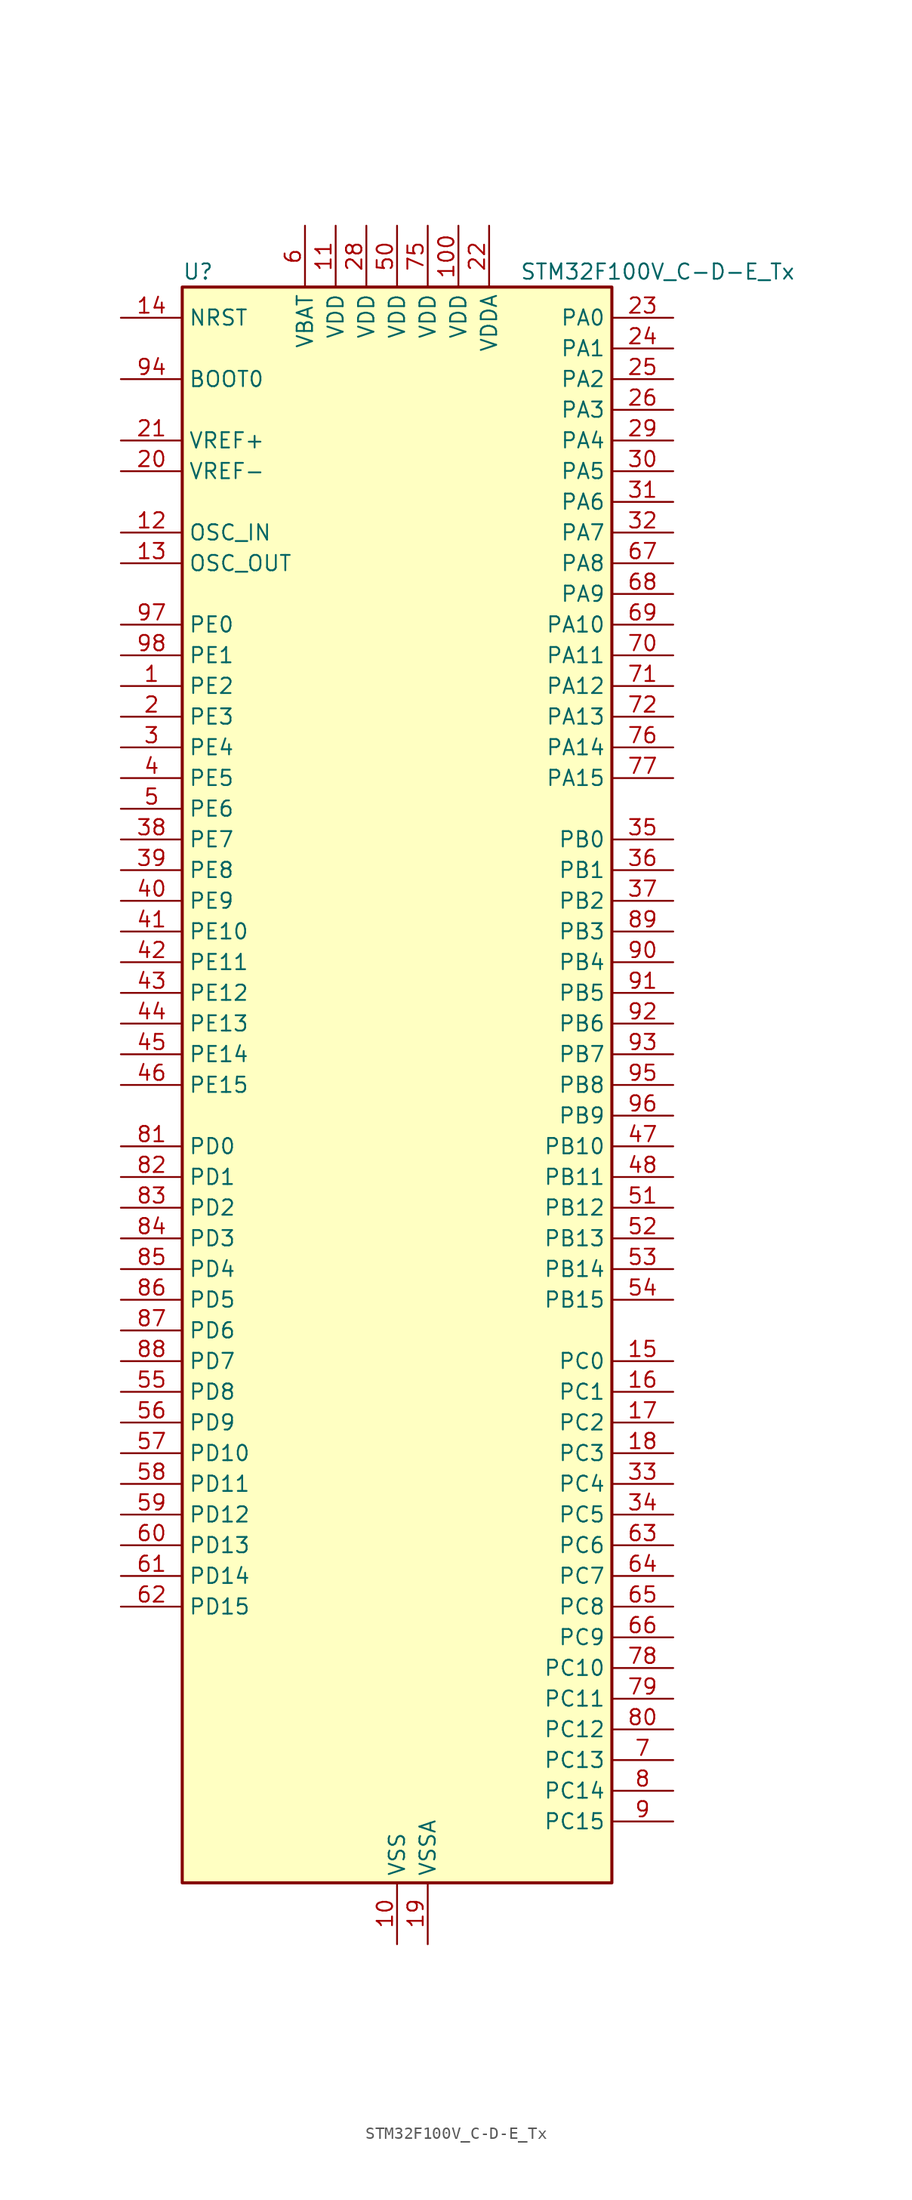
<source format=kicad_sym>
(kicad_symbol_lib
  (version 20220914)
  (generator kicad_symbol_editor)
  (symbol "STM32F100V_C-D-E_Tx"
    (property "Reference" "U"
      (at -17.78 67.31 0)
      (effects (font (size 1.27 1.27)) (justify left)))
    (property "Value" "STM32F100V_C-D-E_Tx"
      (at 10.16 67.31 0)
      (effects (font (size 1.27 1.27)) (justify left)))
    (property "ki_locked" ""
      (at 0 0 0)
      (effects (font (size 1.27 1.27))))
    (symbol "STM32F100V_C-D-E_Tx_0_1"
      (rectangle (start -17.78 -66.04) (end 17.78 66.04) (stroke (width 0.254) (type default)) (fill (type background))))
    (symbol "STM32F100V_C-D-E_Tx_1_1"
      (pin bidirectional line (at -22.86 33.02 0) (length 5.08) (name "PE2" (effects (font (size 1.27 1.27)))) (number "1" (effects (font (size 1.27 1.27)))) (alternate "FSMC_A23" bidirectional line) (alternate "SYS_TRACECLK" bidirectional line))
      (pin power_in line (at 0 -71.12 90) (length 5.08) (name "VSS" (effects (font (size 1.27 1.27)))) (number "10" (effects (font (size 1.27 1.27)))))
      (pin power_in line (at 5.08 71.12 270) (length 5.08) (name "VDD" (effects (font (size 1.27 1.27)))) (number "100" (effects (font (size 1.27 1.27)))))
      (pin power_in line (at -5.08 71.12 270) (length 5.08) (name "VDD" (effects (font (size 1.27 1.27)))) (number "11" (effects (font (size 1.27 1.27)))))
      (pin input line (at -22.86 45.72 0) (length 5.08) (name "OSC_IN" (effects (font (size 1.27 1.27)))) (number "12" (effects (font (size 1.27 1.27)))) (alternate "RCC_OSC_IN" bidirectional line))
      (pin input line (at -22.86 43.18 0) (length 5.08) (name "OSC_OUT" (effects (font (size 1.27 1.27)))) (number "13" (effects (font (size 1.27 1.27)))) (alternate "RCC_OSC_OUT" bidirectional line))
      (pin input line (at -22.86 63.5 0) (length 5.08) (name "NRST" (effects (font (size 1.27 1.27)))) (number "14" (effects (font (size 1.27 1.27)))))
      (pin bidirectional line (at 22.86 -22.86 180) (length 5.08) (name "PC0" (effects (font (size 1.27 1.27)))) (number "15" (effects (font (size 1.27 1.27)))) (alternate "ADC1_IN10" bidirectional line))
      (pin bidirectional line (at 22.86 -25.4 180) (length 5.08) (name "PC1" (effects (font (size 1.27 1.27)))) (number "16" (effects (font (size 1.27 1.27)))) (alternate "ADC1_IN11" bidirectional line))
      (pin bidirectional line (at 22.86 -27.94 180) (length 5.08) (name "PC2" (effects (font (size 1.27 1.27)))) (number "17" (effects (font (size 1.27 1.27)))) (alternate "ADC1_IN12" bidirectional line))
      (pin bidirectional line (at 22.86 -30.48 180) (length 5.08) (name "PC3" (effects (font (size 1.27 1.27)))) (number "18" (effects (font (size 1.27 1.27)))) (alternate "ADC1_IN13" bidirectional line))
      (pin power_in line (at 2.54 -71.12 90) (length 5.08) (name "VSSA" (effects (font (size 1.27 1.27)))) (number "19" (effects (font (size 1.27 1.27)))))
      (pin bidirectional line (at -22.86 30.48 0) (length 5.08) (name "PE3" (effects (font (size 1.27 1.27)))) (number "2" (effects (font (size 1.27 1.27)))) (alternate "FSMC_A19" bidirectional line) (alternate "SYS_TRACED0" bidirectional line))
      (pin input line (at -22.86 50.8 0) (length 5.08) (name "VREF-" (effects (font (size 1.27 1.27)))) (number "20" (effects (font (size 1.27 1.27)))))
      (pin input line (at -22.86 53.34 0) (length 5.08) (name "VREF+" (effects (font (size 1.27 1.27)))) (number "21" (effects (font (size 1.27 1.27)))))
      (pin power_in line (at 7.62 71.12 270) (length 5.08) (name "VDDA" (effects (font (size 1.27 1.27)))) (number "22" (effects (font (size 1.27 1.27)))))
      (pin bidirectional line (at 22.86 63.5 180) (length 5.08) (name "PA0" (effects (font (size 1.27 1.27)))) (number "23" (effects (font (size 1.27 1.27)))) (alternate "ADC1_IN0" bidirectional line) (alternate "SYS_WKUP" bidirectional line) (alternate "TIM2_CH1" bidirectional line) (alternate "TIM2_ETR" bidirectional line) (alternate "TIM5_CH1" bidirectional line) (alternate "USART2_CTS" bidirectional line))
      (pin bidirectional line (at 22.86 60.96 180) (length 5.08) (name "PA1" (effects (font (size 1.27 1.27)))) (number "24" (effects (font (size 1.27 1.27)))) (alternate "ADC1_IN1" bidirectional line) (alternate "TIM2_CH2" bidirectional line) (alternate "TIM5_CH2" bidirectional line) (alternate "USART2_RTS" bidirectional line))
      (pin bidirectional line (at 22.86 58.42 180) (length 5.08) (name "PA2" (effects (font (size 1.27 1.27)))) (number "25" (effects (font (size 1.27 1.27)))) (alternate "ADC1_IN2" bidirectional line) (alternate "TIM15_CH1" bidirectional line) (alternate "TIM2_CH3" bidirectional line) (alternate "TIM5_CH3" bidirectional line) (alternate "USART2_TX" bidirectional line))
      (pin bidirectional line (at 22.86 55.88 180) (length 5.08) (name "PA3" (effects (font (size 1.27 1.27)))) (number "26" (effects (font (size 1.27 1.27)))) (alternate "ADC1_IN3" bidirectional line) (alternate "TIM15_CH2" bidirectional line) (alternate "TIM2_CH4" bidirectional line) (alternate "TIM5_CH4" bidirectional line) (alternate "USART2_RX" bidirectional line))
      (pin passive line (at 0 -71.12 90) (length 5.08) hide (name "VSS" (effects (font (size 1.27 1.27)))) (number "27" (effects (font (size 1.27 1.27)))))
      (pin power_in line (at -2.54 71.12 270) (length 5.08) (name "VDD" (effects (font (size 1.27 1.27)))) (number "28" (effects (font (size 1.27 1.27)))))
      (pin bidirectional line (at 22.86 53.34 180) (length 5.08) (name "PA4" (effects (font (size 1.27 1.27)))) (number "29" (effects (font (size 1.27 1.27)))) (alternate "ADC1_IN4" bidirectional line) (alternate "DAC_OUT1" bidirectional line) (alternate "SPI1_NSS" bidirectional line) (alternate "USART2_CK" bidirectional line))
      (pin bidirectional line (at -22.86 27.94 0) (length 5.08) (name "PE4" (effects (font (size 1.27 1.27)))) (number "3" (effects (font (size 1.27 1.27)))) (alternate "FSMC_A20" bidirectional line) (alternate "SYS_TRACED1" bidirectional line))
      (pin bidirectional line (at 22.86 50.8 180) (length 5.08) (name "PA5" (effects (font (size 1.27 1.27)))) (number "30" (effects (font (size 1.27 1.27)))) (alternate "ADC1_IN5" bidirectional line) (alternate "DAC_OUT2" bidirectional line) (alternate "SPI1_SCK" bidirectional line))
      (pin bidirectional line (at 22.86 48.26 180) (length 5.08) (name "PA6" (effects (font (size 1.27 1.27)))) (number "31" (effects (font (size 1.27 1.27)))) (alternate "ADC1_IN6" bidirectional line) (alternate "SPI1_MISO" bidirectional line) (alternate "TIM16_CH1" bidirectional line) (alternate "TIM1_BKIN" bidirectional line) (alternate "TIM3_CH1" bidirectional line))
      (pin bidirectional line (at 22.86 45.72 180) (length 5.08) (name "PA7" (effects (font (size 1.27 1.27)))) (number "32" (effects (font (size 1.27 1.27)))) (alternate "ADC1_IN7" bidirectional line) (alternate "SPI1_MOSI" bidirectional line) (alternate "TIM17_CH1" bidirectional line) (alternate "TIM1_CH1N" bidirectional line) (alternate "TIM3_CH2" bidirectional line))
      (pin bidirectional line (at 22.86 -33.02 180) (length 5.08) (name "PC4" (effects (font (size 1.27 1.27)))) (number "33" (effects (font (size 1.27 1.27)))) (alternate "ADC1_IN14" bidirectional line) (alternate "TIM12_CH1" bidirectional line))
      (pin bidirectional line (at 22.86 -35.56 180) (length 5.08) (name "PC5" (effects (font (size 1.27 1.27)))) (number "34" (effects (font (size 1.27 1.27)))) (alternate "ADC1_IN15" bidirectional line) (alternate "TIM12_CH2" bidirectional line))
      (pin bidirectional line (at 22.86 20.32 180) (length 5.08) (name "PB0" (effects (font (size 1.27 1.27)))) (number "35" (effects (font (size 1.27 1.27)))) (alternate "ADC1_IN8" bidirectional line) (alternate "TIM13_CH1" bidirectional line) (alternate "TIM1_CH2N" bidirectional line) (alternate "TIM3_CH3" bidirectional line))
      (pin bidirectional line (at 22.86 17.78 180) (length 5.08) (name "PB1" (effects (font (size 1.27 1.27)))) (number "36" (effects (font (size 1.27 1.27)))) (alternate "ADC1_IN9" bidirectional line) (alternate "TIM14_CH1" bidirectional line) (alternate "TIM1_CH3N" bidirectional line) (alternate "TIM3_CH4" bidirectional line))
      (pin bidirectional line (at 22.86 15.24 180) (length 5.08) (name "PB2" (effects (font (size 1.27 1.27)))) (number "37" (effects (font (size 1.27 1.27)))))
      (pin bidirectional line (at -22.86 20.32 0) (length 5.08) (name "PE7" (effects (font (size 1.27 1.27)))) (number "38" (effects (font (size 1.27 1.27)))) (alternate "FSMC_D4" bidirectional line) (alternate "FSMC_DA4" bidirectional line) (alternate "TIM1_ETR" bidirectional line))
      (pin bidirectional line (at -22.86 17.78 0) (length 5.08) (name "PE8" (effects (font (size 1.27 1.27)))) (number "39" (effects (font (size 1.27 1.27)))) (alternate "FSMC_D5" bidirectional line) (alternate "FSMC_DA5" bidirectional line) (alternate "TIM1_CH1N" bidirectional line))
      (pin bidirectional line (at -22.86 25.4 0) (length 5.08) (name "PE5" (effects (font (size 1.27 1.27)))) (number "4" (effects (font (size 1.27 1.27)))) (alternate "FSMC_A21" bidirectional line) (alternate "SYS_TRACED2" bidirectional line))
      (pin bidirectional line (at -22.86 15.24 0) (length 5.08) (name "PE9" (effects (font (size 1.27 1.27)))) (number "40" (effects (font (size 1.27 1.27)))) (alternate "DAC_EXTI9" bidirectional line) (alternate "FSMC_D6" bidirectional line) (alternate "FSMC_DA6" bidirectional line) (alternate "TIM1_CH1" bidirectional line))
      (pin bidirectional line (at -22.86 12.7 0) (length 5.08) (name "PE10" (effects (font (size 1.27 1.27)))) (number "41" (effects (font (size 1.27 1.27)))) (alternate "FSMC_D7" bidirectional line) (alternate "FSMC_DA7" bidirectional line) (alternate "TIM1_CH2N" bidirectional line))
      (pin bidirectional line (at -22.86 10.16 0) (length 5.08) (name "PE11" (effects (font (size 1.27 1.27)))) (number "42" (effects (font (size 1.27 1.27)))) (alternate "ADC1_EXTI11" bidirectional line) (alternate "FSMC_D8" bidirectional line) (alternate "FSMC_DA8" bidirectional line) (alternate "TIM1_CH2" bidirectional line))
      (pin bidirectional line (at -22.86 7.62 0) (length 5.08) (name "PE12" (effects (font (size 1.27 1.27)))) (number "43" (effects (font (size 1.27 1.27)))) (alternate "FSMC_D9" bidirectional line) (alternate "FSMC_DA9" bidirectional line) (alternate "TIM1_CH3N" bidirectional line))
      (pin bidirectional line (at -22.86 5.08 0) (length 5.08) (name "PE13" (effects (font (size 1.27 1.27)))) (number "44" (effects (font (size 1.27 1.27)))) (alternate "FSMC_D10" bidirectional line) (alternate "FSMC_DA10" bidirectional line) (alternate "TIM1_CH3" bidirectional line))
      (pin bidirectional line (at -22.86 2.54 0) (length 5.08) (name "PE14" (effects (font (size 1.27 1.27)))) (number "45" (effects (font (size 1.27 1.27)))) (alternate "FSMC_D11" bidirectional line) (alternate "FSMC_DA11" bidirectional line) (alternate "TIM1_CH4" bidirectional line))
      (pin bidirectional line (at -22.86 0 0) (length 5.08) (name "PE15" (effects (font (size 1.27 1.27)))) (number "46" (effects (font (size 1.27 1.27)))) (alternate "ADC1_EXTI15" bidirectional line) (alternate "FSMC_D12" bidirectional line) (alternate "FSMC_DA12" bidirectional line) (alternate "TIM1_BKIN" bidirectional line))
      (pin bidirectional line (at 22.86 -5.08 180) (length 5.08) (name "PB10" (effects (font (size 1.27 1.27)))) (number "47" (effects (font (size 1.27 1.27)))) (alternate "CEC" bidirectional line) (alternate "I2C2_SCL" bidirectional line) (alternate "TIM2_CH3" bidirectional line) (alternate "USART3_TX" bidirectional line))
      (pin bidirectional line (at 22.86 -7.62 180) (length 5.08) (name "PB11" (effects (font (size 1.27 1.27)))) (number "48" (effects (font (size 1.27 1.27)))) (alternate "ADC1_EXTI11" bidirectional line) (alternate "I2C2_SDA" bidirectional line) (alternate "TIM2_CH4" bidirectional line) (alternate "USART3_RX" bidirectional line))
      (pin passive line (at 0 -71.12 90) (length 5.08) hide (name "VSS" (effects (font (size 1.27 1.27)))) (number "49" (effects (font (size 1.27 1.27)))))
      (pin bidirectional line (at -22.86 22.86 0) (length 5.08) (name "PE6" (effects (font (size 1.27 1.27)))) (number "5" (effects (font (size 1.27 1.27)))) (alternate "FSMC_A22" bidirectional line) (alternate "SYS_TRACED3" bidirectional line))
      (pin power_in line (at 0 71.12 270) (length 5.08) (name "VDD" (effects (font (size 1.27 1.27)))) (number "50" (effects (font (size 1.27 1.27)))))
      (pin bidirectional line (at 22.86 -10.16 180) (length 5.08) (name "PB12" (effects (font (size 1.27 1.27)))) (number "51" (effects (font (size 1.27 1.27)))) (alternate "I2C2_SMBA" bidirectional line) (alternate "SPI2_NSS" bidirectional line) (alternate "TIM12_CH1" bidirectional line) (alternate "TIM1_BKIN" bidirectional line) (alternate "USART3_CK" bidirectional line))
      (pin bidirectional line (at 22.86 -12.7 180) (length 5.08) (name "PB13" (effects (font (size 1.27 1.27)))) (number "52" (effects (font (size 1.27 1.27)))) (alternate "SPI2_SCK" bidirectional line) (alternate "TIM12_CH2" bidirectional line) (alternate "TIM1_CH1N" bidirectional line) (alternate "USART3_CTS" bidirectional line))
      (pin bidirectional line (at 22.86 -15.24 180) (length 5.08) (name "PB14" (effects (font (size 1.27 1.27)))) (number "53" (effects (font (size 1.27 1.27)))) (alternate "SPI2_MISO" bidirectional line) (alternate "TIM15_CH1" bidirectional line) (alternate "TIM1_CH2N" bidirectional line) (alternate "USART3_RTS" bidirectional line))
      (pin bidirectional line (at 22.86 -17.78 180) (length 5.08) (name "PB15" (effects (font (size 1.27 1.27)))) (number "54" (effects (font (size 1.27 1.27)))) (alternate "ADC1_EXTI15" bidirectional line) (alternate "SPI2_MOSI" bidirectional line) (alternate "TIM15_CH1N" bidirectional line) (alternate "TIM15_CH2" bidirectional line) (alternate "TIM1_CH3N" bidirectional line))
      (pin bidirectional line (at -22.86 -25.4 0) (length 5.08) (name "PD8" (effects (font (size 1.27 1.27)))) (number "55" (effects (font (size 1.27 1.27)))) (alternate "FSMC_D13" bidirectional line) (alternate "FSMC_DA13" bidirectional line) (alternate "USART3_TX" bidirectional line))
      (pin bidirectional line (at -22.86 -27.94 0) (length 5.08) (name "PD9" (effects (font (size 1.27 1.27)))) (number "56" (effects (font (size 1.27 1.27)))) (alternate "DAC_EXTI9" bidirectional line) (alternate "FSMC_D14" bidirectional line) (alternate "FSMC_DA14" bidirectional line) (alternate "USART3_RX" bidirectional line))
      (pin bidirectional line (at -22.86 -30.48 0) (length 5.08) (name "PD10" (effects (font (size 1.27 1.27)))) (number "57" (effects (font (size 1.27 1.27)))) (alternate "FSMC_D15" bidirectional line) (alternate "FSMC_DA15" bidirectional line) (alternate "USART3_CK" bidirectional line))
      (pin bidirectional line (at -22.86 -33.02 0) (length 5.08) (name "PD11" (effects (font (size 1.27 1.27)))) (number "58" (effects (font (size 1.27 1.27)))) (alternate "ADC1_EXTI11" bidirectional line) (alternate "FSMC_A16" bidirectional line) (alternate "USART3_CTS" bidirectional line))
      (pin bidirectional line (at -22.86 -35.56 0) (length 5.08) (name "PD12" (effects (font (size 1.27 1.27)))) (number "59" (effects (font (size 1.27 1.27)))) (alternate "FSMC_A17" bidirectional line) (alternate "TIM4_CH1" bidirectional line) (alternate "USART3_RTS" bidirectional line))
      (pin power_in line (at -7.62 71.12 270) (length 5.08) (name "VBAT" (effects (font (size 1.27 1.27)))) (number "6" (effects (font (size 1.27 1.27)))))
      (pin bidirectional line (at -22.86 -38.1 0) (length 5.08) (name "PD13" (effects (font (size 1.27 1.27)))) (number "60" (effects (font (size 1.27 1.27)))) (alternate "FSMC_A18" bidirectional line) (alternate "TIM4_CH2" bidirectional line))
      (pin bidirectional line (at -22.86 -40.64 0) (length 5.08) (name "PD14" (effects (font (size 1.27 1.27)))) (number "61" (effects (font (size 1.27 1.27)))) (alternate "FSMC_D0" bidirectional line) (alternate "FSMC_DA0" bidirectional line) (alternate "TIM4_CH3" bidirectional line))
      (pin bidirectional line (at -22.86 -43.18 0) (length 5.08) (name "PD15" (effects (font (size 1.27 1.27)))) (number "62" (effects (font (size 1.27 1.27)))) (alternate "ADC1_EXTI15" bidirectional line) (alternate "FSMC_D1" bidirectional line) (alternate "FSMC_DA1" bidirectional line) (alternate "TIM4_CH4" bidirectional line))
      (pin bidirectional line (at 22.86 -38.1 180) (length 5.08) (name "PC6" (effects (font (size 1.27 1.27)))) (number "63" (effects (font (size 1.27 1.27)))) (alternate "TIM3_CH1" bidirectional line))
      (pin bidirectional line (at 22.86 -40.64 180) (length 5.08) (name "PC7" (effects (font (size 1.27 1.27)))) (number "64" (effects (font (size 1.27 1.27)))) (alternate "TIM3_CH2" bidirectional line))
      (pin bidirectional line (at 22.86 -43.18 180) (length 5.08) (name "PC8" (effects (font (size 1.27 1.27)))) (number "65" (effects (font (size 1.27 1.27)))) (alternate "TIM13_CH1" bidirectional line) (alternate "TIM3_CH3" bidirectional line))
      (pin bidirectional line (at 22.86 -45.72 180) (length 5.08) (name "PC9" (effects (font (size 1.27 1.27)))) (number "66" (effects (font (size 1.27 1.27)))) (alternate "DAC_EXTI9" bidirectional line) (alternate "TIM14_CH1" bidirectional line) (alternate "TIM3_CH4" bidirectional line))
      (pin bidirectional line (at 22.86 43.18 180) (length 5.08) (name "PA8" (effects (font (size 1.27 1.27)))) (number "67" (effects (font (size 1.27 1.27)))) (alternate "RCC_MCO" bidirectional line) (alternate "TIM1_CH1" bidirectional line) (alternate "USART1_CK" bidirectional line))
      (pin bidirectional line (at 22.86 40.64 180) (length 5.08) (name "PA9" (effects (font (size 1.27 1.27)))) (number "68" (effects (font (size 1.27 1.27)))) (alternate "DAC_EXTI9" bidirectional line) (alternate "TIM15_BKIN" bidirectional line) (alternate "TIM1_CH2" bidirectional line) (alternate "USART1_TX" bidirectional line))
      (pin bidirectional line (at 22.86 38.1 180) (length 5.08) (name "PA10" (effects (font (size 1.27 1.27)))) (number "69" (effects (font (size 1.27 1.27)))) (alternate "TIM17_BKIN" bidirectional line) (alternate "TIM1_CH3" bidirectional line) (alternate "USART1_RX" bidirectional line))
      (pin bidirectional line (at 22.86 -55.88 180) (length 5.08) (name "PC13" (effects (font (size 1.27 1.27)))) (number "7" (effects (font (size 1.27 1.27)))) (alternate "RTC_OUT" bidirectional line) (alternate "RTC_TAMPER" bidirectional line))
      (pin bidirectional line (at 22.86 35.56 180) (length 5.08) (name "PA11" (effects (font (size 1.27 1.27)))) (number "70" (effects (font (size 1.27 1.27)))) (alternate "ADC1_EXTI11" bidirectional line) (alternate "TIM1_CH4" bidirectional line) (alternate "USART1_CTS" bidirectional line))
      (pin bidirectional line (at 22.86 33.02 180) (length 5.08) (name "PA12" (effects (font (size 1.27 1.27)))) (number "71" (effects (font (size 1.27 1.27)))) (alternate "TIM1_ETR" bidirectional line) (alternate "USART1_RTS" bidirectional line))
      (pin bidirectional line (at 22.86 30.48 180) (length 5.08) (name "PA13" (effects (font (size 1.27 1.27)))) (number "72" (effects (font (size 1.27 1.27)))) (alternate "SYS_JTMS-SWDIO" bidirectional line))
      (pin no_connect line (at -17.78 -66.04 0) (length 5.08) hide (name "NC" (effects (font (size 1.27 1.27)))) (number "73" (effects (font (size 1.27 1.27)))))
      (pin passive line (at 0 -71.12 90) (length 5.08) hide (name "VSS" (effects (font (size 1.27 1.27)))) (number "74" (effects (font (size 1.27 1.27)))))
      (pin power_in line (at 2.54 71.12 270) (length 5.08) (name "VDD" (effects (font (size 1.27 1.27)))) (number "75" (effects (font (size 1.27 1.27)))))
      (pin bidirectional line (at 22.86 27.94 180) (length 5.08) (name "PA14" (effects (font (size 1.27 1.27)))) (number "76" (effects (font (size 1.27 1.27)))) (alternate "SYS_JTCK-SWCLK" bidirectional line))
      (pin bidirectional line (at 22.86 25.4 180) (length 5.08) (name "PA15" (effects (font (size 1.27 1.27)))) (number "77" (effects (font (size 1.27 1.27)))) (alternate "ADC1_EXTI15" bidirectional line) (alternate "SPI1_NSS" bidirectional line) (alternate "SPI3_NSS" bidirectional line) (alternate "SYS_JTDI" bidirectional line) (alternate "TIM2_CH1" bidirectional line) (alternate "TIM2_ETR" bidirectional line))
      (pin bidirectional line (at 22.86 -48.26 180) (length 5.08) (name "PC10" (effects (font (size 1.27 1.27)))) (number "78" (effects (font (size 1.27 1.27)))) (alternate "UART4_TX" bidirectional line) (alternate "USART3_TX" bidirectional line))
      (pin bidirectional line (at 22.86 -50.8 180) (length 5.08) (name "PC11" (effects (font (size 1.27 1.27)))) (number "79" (effects (font (size 1.27 1.27)))) (alternate "ADC1_EXTI11" bidirectional line) (alternate "UART4_RX" bidirectional line) (alternate "USART3_RX" bidirectional line))
      (pin bidirectional line (at 22.86 -58.42 180) (length 5.08) (name "PC14" (effects (font (size 1.27 1.27)))) (number "8" (effects (font (size 1.27 1.27)))) (alternate "RCC_OSC32_IN" bidirectional line))
      (pin bidirectional line (at 22.86 -53.34 180) (length 5.08) (name "PC12" (effects (font (size 1.27 1.27)))) (number "80" (effects (font (size 1.27 1.27)))) (alternate "UART5_TX" bidirectional line) (alternate "USART3_CK" bidirectional line))
      (pin bidirectional line (at -22.86 -5.08 0) (length 5.08) (name "PD0" (effects (font (size 1.27 1.27)))) (number "81" (effects (font (size 1.27 1.27)))) (alternate "FSMC_D2" bidirectional line) (alternate "FSMC_DA2" bidirectional line))
      (pin bidirectional line (at -22.86 -7.62 0) (length 5.08) (name "PD1" (effects (font (size 1.27 1.27)))) (number "82" (effects (font (size 1.27 1.27)))) (alternate "FSMC_D3" bidirectional line) (alternate "FSMC_DA3" bidirectional line))
      (pin bidirectional line (at -22.86 -10.16 0) (length 5.08) (name "PD2" (effects (font (size 1.27 1.27)))) (number "83" (effects (font (size 1.27 1.27)))) (alternate "TIM3_ETR" bidirectional line) (alternate "UART5_RX" bidirectional line))
      (pin bidirectional line (at -22.86 -12.7 0) (length 5.08) (name "PD3" (effects (font (size 1.27 1.27)))) (number "84" (effects (font (size 1.27 1.27)))) (alternate "FSMC_CLK" bidirectional line) (alternate "USART2_CTS" bidirectional line))
      (pin bidirectional line (at -22.86 -15.24 0) (length 5.08) (name "PD4" (effects (font (size 1.27 1.27)))) (number "85" (effects (font (size 1.27 1.27)))) (alternate "FSMC_NOE" bidirectional line) (alternate "USART2_RTS" bidirectional line))
      (pin bidirectional line (at -22.86 -17.78 0) (length 5.08) (name "PD5" (effects (font (size 1.27 1.27)))) (number "86" (effects (font (size 1.27 1.27)))) (alternate "FSMC_NWE" bidirectional line) (alternate "USART2_TX" bidirectional line))
      (pin bidirectional line (at -22.86 -20.32 0) (length 5.08) (name "PD6" (effects (font (size 1.27 1.27)))) (number "87" (effects (font (size 1.27 1.27)))) (alternate "FSMC_NWAIT" bidirectional line) (alternate "USART2_RX" bidirectional line))
      (pin bidirectional line (at -22.86 -22.86 0) (length 5.08) (name "PD7" (effects (font (size 1.27 1.27)))) (number "88" (effects (font (size 1.27 1.27)))) (alternate "FSMC_NE1" bidirectional line) (alternate "USART2_CK" bidirectional line))
      (pin bidirectional line (at 22.86 12.7 180) (length 5.08) (name "PB3" (effects (font (size 1.27 1.27)))) (number "89" (effects (font (size 1.27 1.27)))) (alternate "SPI1_SCK" bidirectional line) (alternate "SPI3_SCK" bidirectional line) (alternate "SYS_JTDO-TRACESWO" bidirectional line) (alternate "TIM2_CH2" bidirectional line))
      (pin bidirectional line (at 22.86 -60.96 180) (length 5.08) (name "PC15" (effects (font (size 1.27 1.27)))) (number "9" (effects (font (size 1.27 1.27)))) (alternate "ADC1_EXTI15" bidirectional line) (alternate "RCC_OSC32_OUT" bidirectional line))
      (pin bidirectional line (at 22.86 10.16 180) (length 5.08) (name "PB4" (effects (font (size 1.27 1.27)))) (number "90" (effects (font (size 1.27 1.27)))) (alternate "SPI1_MISO" bidirectional line) (alternate "SPI3_MISO" bidirectional line) (alternate "SYS_NJTRST" bidirectional line) (alternate "TIM3_CH1" bidirectional line))
      (pin bidirectional line (at 22.86 7.62 180) (length 5.08) (name "PB5" (effects (font (size 1.27 1.27)))) (number "91" (effects (font (size 1.27 1.27)))) (alternate "I2C1_SMBA" bidirectional line) (alternate "SPI1_MOSI" bidirectional line) (alternate "SPI3_MOSI" bidirectional line) (alternate "TIM16_BKIN" bidirectional line) (alternate "TIM3_CH2" bidirectional line))
      (pin bidirectional line (at 22.86 5.08 180) (length 5.08) (name "PB6" (effects (font (size 1.27 1.27)))) (number "92" (effects (font (size 1.27 1.27)))) (alternate "I2C1_SCL" bidirectional line) (alternate "TIM16_CH1N" bidirectional line) (alternate "TIM4_CH1" bidirectional line) (alternate "USART1_TX" bidirectional line))
      (pin bidirectional line (at 22.86 2.54 180) (length 5.08) (name "PB7" (effects (font (size 1.27 1.27)))) (number "93" (effects (font (size 1.27 1.27)))) (alternate "FSMC_NL" bidirectional line) (alternate "I2C1_SDA" bidirectional line) (alternate "TIM17_CH1N" bidirectional line) (alternate "TIM4_CH2" bidirectional line) (alternate "USART1_RX" bidirectional line))
      (pin input line (at -22.86 58.42 0) (length 5.08) (name "BOOT0" (effects (font (size 1.27 1.27)))) (number "94" (effects (font (size 1.27 1.27)))))
      (pin bidirectional line (at 22.86 0 180) (length 5.08) (name "PB8" (effects (font (size 1.27 1.27)))) (number "95" (effects (font (size 1.27 1.27)))) (alternate "CEC" bidirectional line) (alternate "I2C1_SCL" bidirectional line) (alternate "TIM16_CH1" bidirectional line) (alternate "TIM4_CH3" bidirectional line))
      (pin bidirectional line (at 22.86 -2.54 180) (length 5.08) (name "PB9" (effects (font (size 1.27 1.27)))) (number "96" (effects (font (size 1.27 1.27)))) (alternate "DAC_EXTI9" bidirectional line) (alternate "I2C1_SDA" bidirectional line) (alternate "TIM17_CH1" bidirectional line) (alternate "TIM4_CH4" bidirectional line))
      (pin bidirectional line (at -22.86 38.1 0) (length 5.08) (name "PE0" (effects (font (size 1.27 1.27)))) (number "97" (effects (font (size 1.27 1.27)))) (alternate "FSMC_NBL0" bidirectional line) (alternate "TIM4_ETR" bidirectional line))
      (pin bidirectional line (at -22.86 35.56 0) (length 5.08) (name "PE1" (effects (font (size 1.27 1.27)))) (number "98" (effects (font (size 1.27 1.27)))) (alternate "FSMC_NBL1" bidirectional line))
      (pin passive line (at 0 -71.12 90) (length 5.08) hide (name "VSS" (effects (font (size 1.27 1.27)))) (number "99" (effects (font (size 1.27 1.27))))))))
</source>
